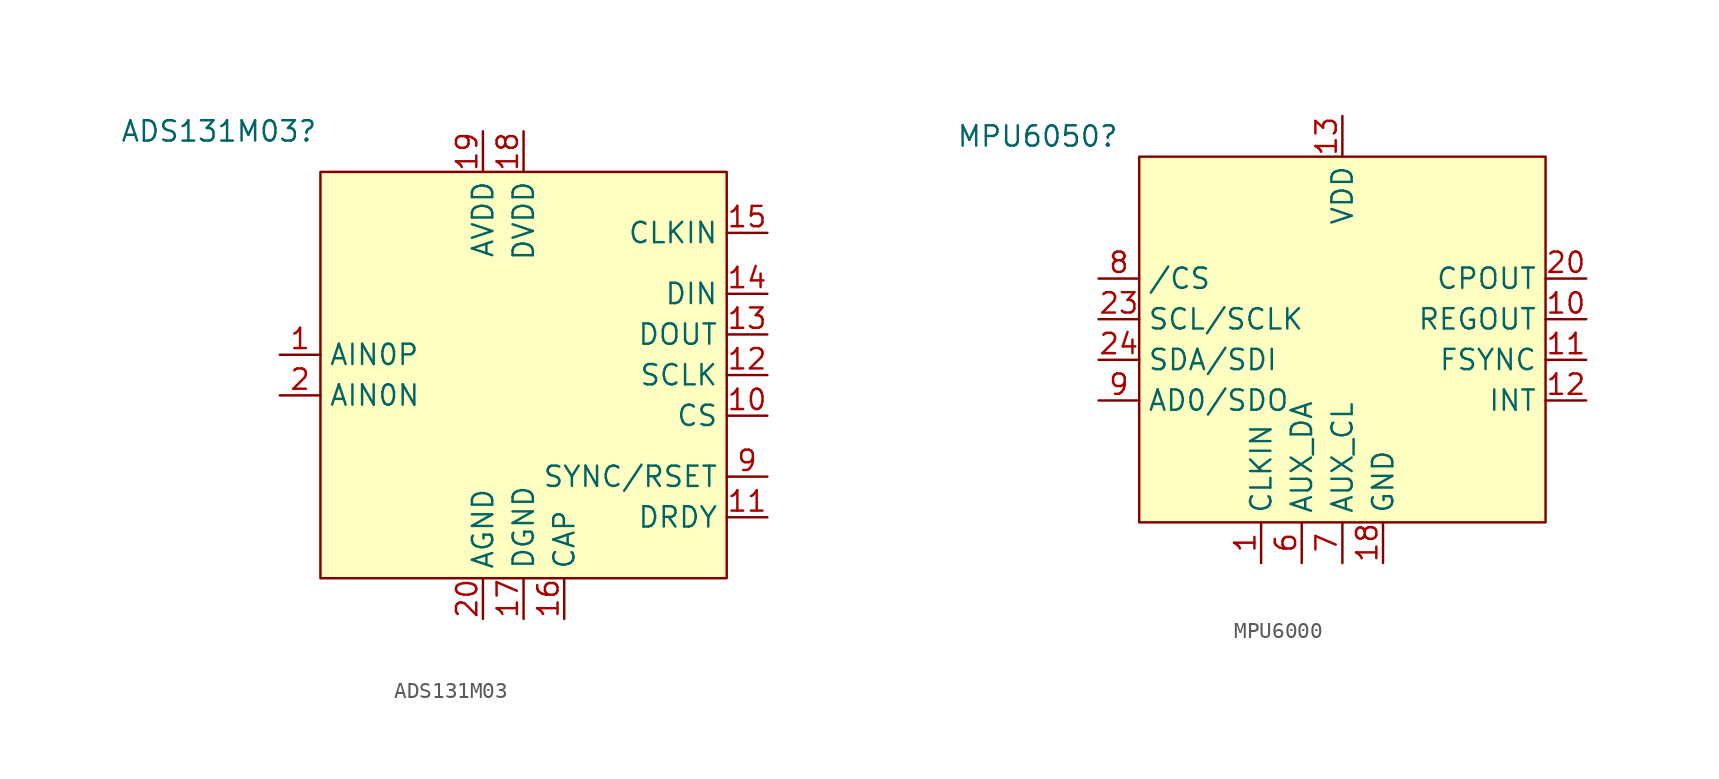
<source format=kicad_sym>
(kicad_symbol_lib
  (version 20231120)
  (generator "kicad_symbol_editor")
  (generator_version "8.0")
  (symbol "ADS131M03"
    (property "Reference" "ADS131M03"
      (at -19.05 15.24 0)
      (effects (font (size 1.27 1.27))))
    (property "Value" ""
      (at 1.27 1.27 0)
      (effects (font (size 1.27 1.27))))
    (symbol "ADS131M03_1_1"
      (rectangle (start -12.7 12.7) (end 12.7 -12.7) (stroke (width 0) (type default)) (fill (type background)))
      (pin input line (at -15.24 1.27 0) (length 2.54) (name "AIN0P" (effects (font (size 1.27 1.27)))) (number "1" (effects (font (size 1.27 1.27)))))
      (pin input line (at 15.24 -2.54 180) (length 2.54) (name "CS" (effects (font (size 1.27 1.27)))) (number "10" (effects (font (size 1.27 1.27)))))
      (pin input line (at 15.24 -8.89 180) (length 2.54) (name "DRDY" (effects (font (size 1.27 1.27)))) (number "11" (effects (font (size 1.27 1.27)))))
      (pin input line (at 15.24 0 180) (length 2.54) (name "SCLK" (effects (font (size 1.27 1.27)))) (number "12" (effects (font (size 1.27 1.27)))))
      (pin input line (at 15.24 2.54 180) (length 2.54) (name "DOUT" (effects (font (size 1.27 1.27)))) (number "13" (effects (font (size 1.27 1.27)))))
      (pin input line (at 15.24 5.08 180) (length 2.54) (name "DIN" (effects (font (size 1.27 1.27)))) (number "14" (effects (font (size 1.27 1.27)))))
      (pin input line (at 15.24 8.89 180) (length 2.54) (name "CLKIN" (effects (font (size 1.27 1.27)))) (number "15" (effects (font (size 1.27 1.27)))))
      (pin input line (at 2.54 -15.24 90) (length 2.54) (name "CAP" (effects (font (size 1.27 1.27)))) (number "16" (effects (font (size 1.27 1.27)))))
      (pin input line (at 0 -15.24 90) (length 2.54) (name "DGND" (effects (font (size 1.27 1.27)))) (number "17" (effects (font (size 1.27 1.27)))))
      (pin input line (at 0 15.24 270) (length 2.54) (name "DVDD" (effects (font (size 1.27 1.27)))) (number "18" (effects (font (size 1.27 1.27)))))
      (pin input line (at -2.54 15.24 270) (length 2.54) (name "AVDD" (effects (font (size 1.27 1.27)))) (number "19" (effects (font (size 1.27 1.27)))))
      (pin input line (at -15.24 -1.27 0) (length 2.54) (name "AIN0N" (effects (font (size 1.27 1.27)))) (number "2" (effects (font (size 1.27 1.27)))))
      (pin input line (at -2.54 -15.24 90) (length 2.54) (name "AGND" (effects (font (size 1.27 1.27)))) (number "20" (effects (font (size 1.27 1.27)))))
      (pin input line (at -15.24 -8.89 0) (length 2.54) hide (name "AIN1N" (effects (font (size 1.27 1.27)))) (number "3" (effects (font (size 1.27 1.27)))))
      (pin input line (at -15.24 -10.16 0) (length 2.54) hide (name "AIN1P" (effects (font (size 1.27 1.27)))) (number "4" (effects (font (size 1.27 1.27)))))
      (pin input line (at -15.24 -11.43 0) (length 2.54) hide (name "AIN2P" (effects (font (size 1.27 1.27)))) (number "5" (effects (font (size 1.27 1.27)))))
      (pin input line (at -12.7 -15.24 90) (length 2.54) hide (name "AIN2N" (effects (font (size 1.27 1.27)))) (number "6" (effects (font (size 1.27 1.27)))))
      (pin input line (at -11.43 -15.24 90) (length 2.54) hide (name "NC" (effects (font (size 1.27 1.27)))) (number "7" (effects (font (size 1.27 1.27)))))
      (pin input line (at -10.16 -15.24 90) (length 2.54) hide (name "NC" (effects (font (size 1.27 1.27)))) (number "8" (effects (font (size 1.27 1.27)))))
      (pin input line (at 15.24 -6.35 180) (length 2.54) (name "SYNC/RSET" (effects (font (size 1.27 1.27)))) (number "9" (effects (font (size 1.27 1.27)))))))
  (symbol "MPU6000"
    (property "Reference" "MPU6050"
      (at -19.05 12.7 0)
      (effects (font (size 1.27 1.27))))
    (property "Value" ""
      (at 0 0 0)
      (effects (font (size 1.27 1.27))))
    (symbol "MPU6000_1_1"
      (rectangle (start -12.7 11.43) (end 12.7 -11.43) (stroke (width 0) (type default)) (fill (type background)))
      (pin input line (at -5.08 -13.97 90) (length 2.54) (name "CLKIN" (effects (font (size 1.27 1.27)))) (number "1" (effects (font (size 1.27 1.27)))))
      (pin input line (at 15.24 1.27 180) (length 2.54) (name "REGOUT" (effects (font (size 1.27 1.27)))) (number "10" (effects (font (size 1.27 1.27)))))
      (pin input line (at 15.24 -1.27 180) (length 2.54) (name "FSYNC" (effects (font (size 1.27 1.27)))) (number "11" (effects (font (size 1.27 1.27)))))
      (pin input line (at 15.24 -3.81 180) (length 2.54) (name "INT" (effects (font (size 1.27 1.27)))) (number "12" (effects (font (size 1.27 1.27)))))
      (pin input line (at 0 13.97 270) (length 2.54) (name "VDD" (effects (font (size 1.27 1.27)))) (number "13" (effects (font (size 1.27 1.27)))))
      (pin no_connect line (at 3.81 13.97 270) (length 2.54) hide (name "NC" (effects (font (size 1.27 1.27)))) (number "14" (effects (font (size 1.27 1.27)))))
      (pin no_connect line (at -3.81 13.97 270) (length 2.54) hide (name "NC" (effects (font (size 1.27 1.27)))) (number "15" (effects (font (size 1.27 1.27)))))
      (pin no_connect line (at -6.35 13.97 270) (length 2.54) hide (name "NC" (effects (font (size 1.27 1.27)))) (number "16" (effects (font (size 1.27 1.27)))))
      (pin no_connect line (at -8.89 13.97 270) (length 2.54) hide (name "NC" (effects (font (size 1.27 1.27)))) (number "17" (effects (font (size 1.27 1.27)))))
      (pin input line (at 2.54 -13.97 90) (length 2.54) (name "GND" (effects (font (size 1.27 1.27)))) (number "18" (effects (font (size 1.27 1.27)))))
      (pin input line (at -15.24 -10.16 0) (length 2.54) hide (name "RESV" (effects (font (size 1.27 1.27)))) (number "19" (effects (font (size 1.27 1.27)))))
      (pin no_connect line (at -11.43 13.97 270) (length 2.54) hide (name "NC" (effects (font (size 1.27 1.27)))) (number "2" (effects (font (size 1.27 1.27)))))
      (pin input line (at 15.24 3.81 180) (length 2.54) (name "CPOUT" (effects (font (size 1.27 1.27)))) (number "20" (effects (font (size 1.27 1.27)))))
      (pin input line (at -15.24 -7.62 0) (length 2.54) hide (name "RESV" (effects (font (size 1.27 1.27)))) (number "21" (effects (font (size 1.27 1.27)))))
      (pin input line (at -15.24 -5.08 0) (length 2.54) hide (name "RESV" (effects (font (size 1.27 1.27)))) (number "22" (effects (font (size 1.27 1.27)))))
      (pin input line (at -15.24 1.27 0) (length 2.54) (name "SCL/SCLK" (effects (font (size 1.27 1.27)))) (number "23" (effects (font (size 1.27 1.27)))))
      (pin input line (at -15.24 -1.27 0) (length 2.54) (name "SDA/SDI" (effects (font (size 1.27 1.27)))) (number "24" (effects (font (size 1.27 1.27)))))
      (pin no_connect line (at 11.43 13.97 270) (length 2.54) hide (name "NC" (effects (font (size 1.27 1.27)))) (number "3" (effects (font (size 1.27 1.27)))))
      (pin no_connect line (at 8.89 13.97 270) (length 2.54) hide (name "NC" (effects (font (size 1.27 1.27)))) (number "4" (effects (font (size 1.27 1.27)))))
      (pin no_connect line (at 6.35 13.97 270) (length 2.54) hide (name "NC" (effects (font (size 1.27 1.27)))) (number "5" (effects (font (size 1.27 1.27)))))
      (pin input line (at -2.54 -13.97 90) (length 2.54) (name "AUX_DA" (effects (font (size 1.27 1.27)))) (number "6" (effects (font (size 1.27 1.27)))))
      (pin input line (at 0 -13.97 90) (length 2.54) (name "AUX_CL" (effects (font (size 1.27 1.27)))) (number "7" (effects (font (size 1.27 1.27)))))
      (pin input line (at -15.24 3.81 0) (length 2.54) (name "/CS" (effects (font (size 1.27 1.27)))) (number "8" (effects (font (size 1.27 1.27)))))
      (pin input line (at -15.24 -3.81 0) (length 2.54) (name "AD0/SDO" (effects (font (size 1.27 1.27)))) (number "9" (effects (font (size 1.27 1.27))))))))
</source>
